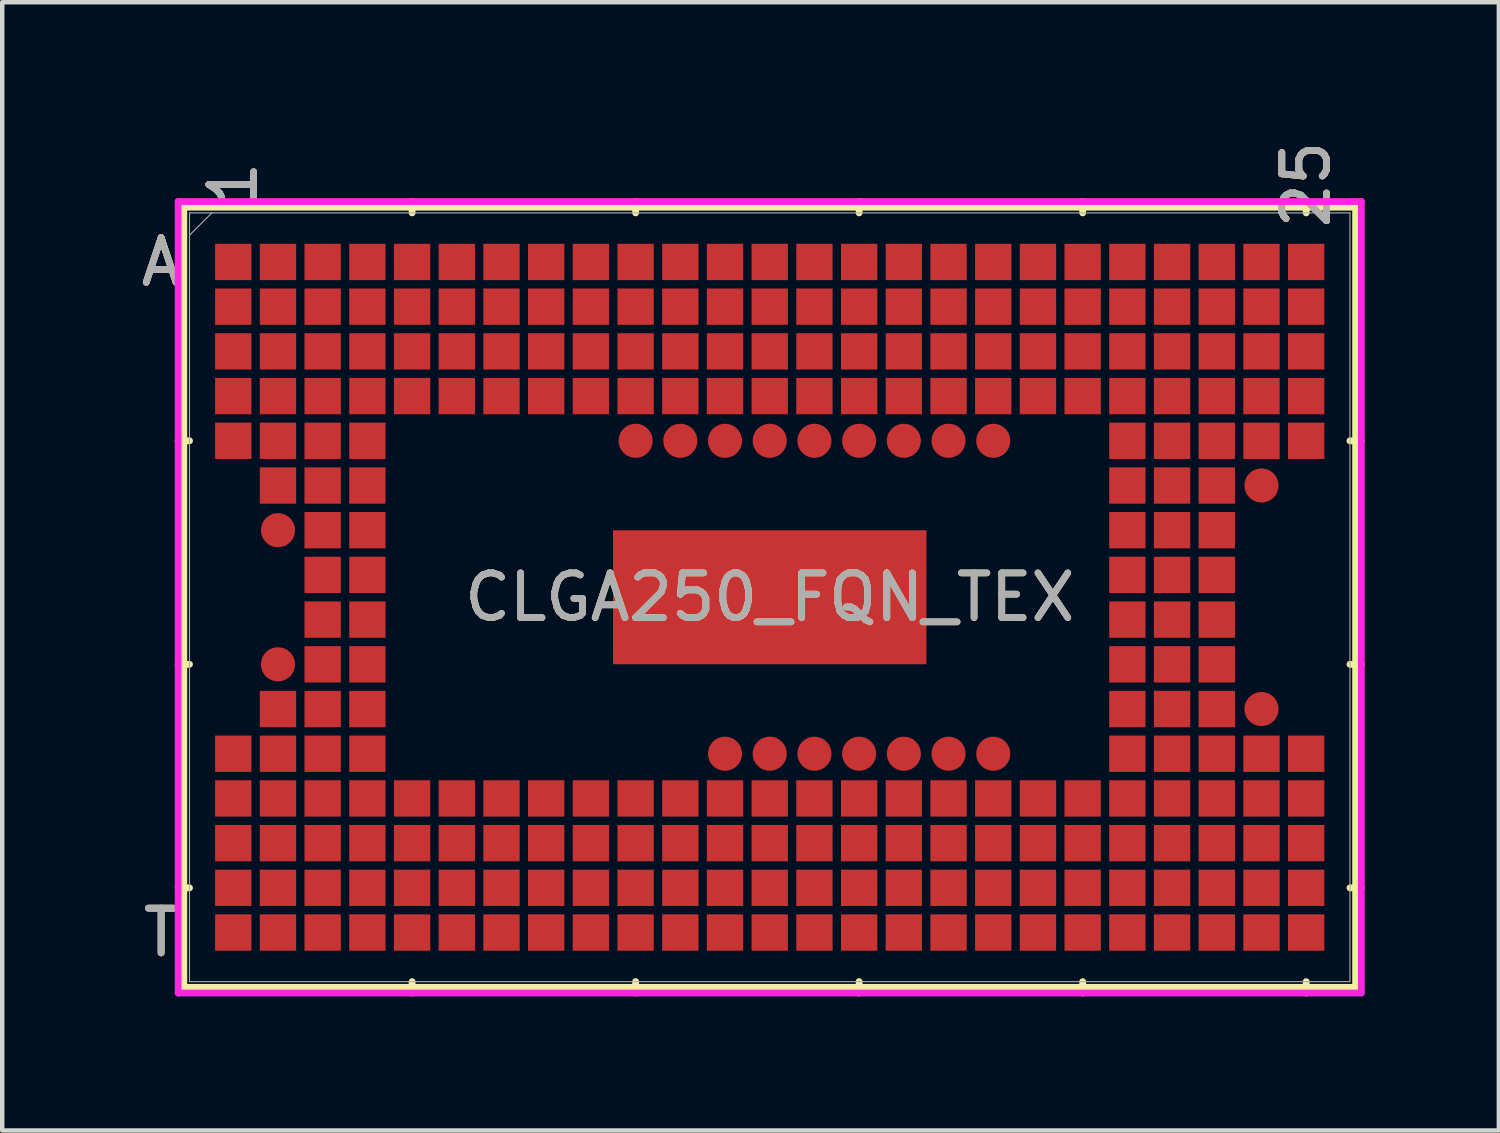
<source format=kicad_pcb>
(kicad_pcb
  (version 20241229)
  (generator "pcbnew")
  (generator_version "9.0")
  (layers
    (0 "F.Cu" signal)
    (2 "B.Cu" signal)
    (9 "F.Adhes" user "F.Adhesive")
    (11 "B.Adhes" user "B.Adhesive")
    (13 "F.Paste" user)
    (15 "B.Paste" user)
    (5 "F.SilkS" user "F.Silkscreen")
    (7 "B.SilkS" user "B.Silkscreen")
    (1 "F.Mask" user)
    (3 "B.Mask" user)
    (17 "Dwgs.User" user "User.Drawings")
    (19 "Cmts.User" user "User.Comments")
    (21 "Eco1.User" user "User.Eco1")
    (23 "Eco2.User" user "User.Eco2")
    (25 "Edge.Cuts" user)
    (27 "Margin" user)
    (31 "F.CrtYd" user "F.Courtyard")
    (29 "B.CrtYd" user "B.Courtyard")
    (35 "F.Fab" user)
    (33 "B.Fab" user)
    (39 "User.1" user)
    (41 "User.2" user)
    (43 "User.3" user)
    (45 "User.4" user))
  (footprint "CLGA250_FQN_TEX"
    (layer "F.Cu")
    (at 14.168 10.31)
    (property "Reference" "CLGA250_FQN_TEX" (at 0 0 0) (unlocked yes) (layer "F.SilkS") (effects (font (size 1 1) (thickness 0.15))))
    (attr smd)
    (fp_line (start -13.106 -8.725) (end -13.106 8.725) (stroke (width 0.152) (type solid)) (layer "F.SilkS"))
    (fp_line (start -13.106 8.725) (end 13.106 8.725) (stroke (width 0.152) (type solid)) (layer "F.SilkS"))
    (fp_line (start -12.979 -3.5) (end -13.233 -3.5) (stroke (width 0.152) (type solid)) (layer "F.SilkS"))
    (fp_line (start -12.979 1.5) (end -13.233 1.5) (stroke (width 0.152) (type solid)) (layer "F.SilkS"))
    (fp_line (start -12.979 6.5) (end -13.233 6.5) (stroke (width 0.152) (type solid)) (layer "F.SilkS"))
    (fp_line (start -8 -8.598) (end -8 -8.852) (stroke (width 0.152) (type solid)) (layer "F.SilkS"))
    (fp_line (start -8 8.598) (end -8 8.852) (stroke (width 0.152) (type solid)) (layer "F.SilkS"))
    (fp_line (start -3 -8.598) (end -3 -8.852) (stroke (width 0.152) (type solid)) (layer "F.SilkS"))
    (fp_line (start -3 8.598) (end -3 8.852) (stroke (width 0.152) (type solid)) (layer "F.SilkS"))
    (fp_line (start 2 -8.598) (end 2 -8.852) (stroke (width 0.152) (type solid)) (layer "F.SilkS"))
    (fp_line (start 2 8.598) (end 2 8.852) (stroke (width 0.152) (type solid)) (layer "F.SilkS"))
    (fp_line (start 7 -8.598) (end 7 -8.852) (stroke (width 0.152) (type solid)) (layer "F.SilkS"))
    (fp_line (start 7 8.598) (end 7 8.852) (stroke (width 0.152) (type solid)) (layer "F.SilkS"))
    (fp_line (start 12 -8.598) (end 12 -8.852) (stroke (width 0.152) (type solid)) (layer "F.SilkS"))
    (fp_line (start 12 8.598) (end 12 8.852) (stroke (width 0.152) (type solid)) (layer "F.SilkS"))
    (fp_line (start 12.979 -3.5) (end 13.233 -3.5) (stroke (width 0.152) (type solid)) (layer "F.SilkS"))
    (fp_line (start 12.979 1.5) (end 13.233 1.5) (stroke (width 0.152) (type solid)) (layer "F.SilkS"))
    (fp_line (start 12.979 6.5) (end 13.233 6.5) (stroke (width 0.152) (type solid)) (layer "F.SilkS"))
    (fp_line (start 13.106 -8.725) (end -13.106 -8.725) (stroke (width 0.152) (type solid)) (layer "F.SilkS"))
    (fp_line (start 13.106 8.725) (end 13.106 -8.725) (stroke (width 0.152) (type solid)) (layer "F.SilkS"))
    (fp_poly (pts (xy -3.405 -1.399) (xy -3.405 -0.1) (xy -2.203 -0.1) (xy -2.203 -1.399)) (stroke (width 0) (type solid)) (fill yes) (layer "F.Paste"))
    (fp_poly (pts (xy -3.405 0.1) (xy -3.405 1.399) (xy -2.203 1.399) (xy -2.203 0.1)) (stroke (width 0) (type solid)) (fill yes) (layer "F.Paste"))
    (fp_poly (pts (xy -2.003 -1.399) (xy -2.003 -0.1) (xy -0.801 -0.1) (xy -0.801 -1.399)) (stroke (width 0) (type solid)) (fill yes) (layer "F.Paste"))
    (fp_poly (pts (xy -2.003 0.1) (xy -2.003 1.399) (xy -0.801 1.399) (xy -0.801 0.1)) (stroke (width 0) (type solid)) (fill yes) (layer "F.Paste"))
    (fp_poly (pts (xy -0.601 -1.399) (xy -0.601 -0.1) (xy 0.601 -0.1) (xy 0.601 -1.399)) (stroke (width 0) (type solid)) (fill yes) (layer "F.Paste"))
    (fp_poly (pts (xy -0.601 0.1) (xy -0.601 1.399) (xy 0.601 1.399) (xy 0.601 0.1)) (stroke (width 0) (type solid)) (fill yes) (layer "F.Paste"))
    (fp_poly (pts (xy 0.801 -1.399) (xy 0.801 -0.1) (xy 2.003 -0.1) (xy 2.003 -1.399)) (stroke (width 0) (type solid)) (fill yes) (layer "F.Paste"))
    (fp_poly (pts (xy 0.801 0.1) (xy 0.801 1.399) (xy 2.003 1.399) (xy 2.003 0.1)) (stroke (width 0) (type solid)) (fill yes) (layer "F.Paste"))
    (fp_poly (pts (xy 2.203 -1.399) (xy 2.203 -0.1) (xy 3.405 -0.1) (xy 3.405 -1.399)) (stroke (width 0) (type solid)) (fill yes) (layer "F.Paste"))
    (fp_poly (pts (xy 2.203 0.1) (xy 2.203 1.399) (xy 3.405 1.399) (xy 3.405 0.1)) (stroke (width 0) (type solid)) (fill yes) (layer "F.Paste"))
    (fp_poly (pts (xy -13.008 -8.508) (xy 13.008 -8.508) (xy 13.008 8.508) (xy -13.008 8.508)) (stroke (width 0.1) (type solid)) (fill no) (layer "Eco2.User"))
    (fp_line (start -13.233 -8.852) (end 13.233 -8.852) (stroke (width 0.152) (type solid)) (layer "F.CrtYd"))
    (fp_line (start -13.233 8.852) (end -13.233 -8.852) (stroke (width 0.152) (type solid)) (layer "F.CrtYd"))
    (fp_line (start 13.233 -8.852) (end 13.233 8.852) (stroke (width 0.152) (type solid)) (layer "F.CrtYd"))
    (fp_line (start 13.233 8.852) (end -13.233 8.852) (stroke (width 0.152) (type solid)) (layer "F.CrtYd"))
    (fp_line (start -12.979 -8.598) (end -12.979 8.598) (stroke (width 0.025) (type solid)) (layer "F.Fab"))
    (fp_line (start -12.979 8.598) (end 12.979 8.598) (stroke (width 0.025) (type solid)) (layer "F.Fab"))
    (fp_line (start -12.479 -8.598) (end -12.979 -8.098) (stroke (width 0.025) (type solid)) (layer "F.Fab"))
    (fp_line (start 12.979 -8.598) (end -12.979 -8.598) (stroke (width 0.025) (type solid)) (layer "F.Fab"))
    (fp_line (start 12.979 8.598) (end 12.979 -8.598) (stroke (width 0.025) (type solid)) (layer "F.Fab"))
    (fp_text user "1" (at -12 -9.233 90) (unlocked yes) (layer "F.SilkS") (effects (font (size 1 1) (thickness 0.15))))
    (fp_text user "A" (at -13.614 -7.5 0) (unlocked yes) (layer "F.SilkS") (effects (font (size 1 1) (thickness 0.15))))
    (fp_text user "T" (at -13.614 7.5 0) (unlocked yes) (layer "F.SilkS") (effects (font (size 1 1) (thickness 0.15))))
    (fp_text user "25" (at 12 -9.233 90) (unlocked yes) (layer "F.SilkS") (effects (font (size 1 1) (thickness 0.15))))
    (fp_text user "25" (at 12 -9.233 90) (unlocked yes) (layer "B.SilkS") (effects (font (size 1 1) (thickness 0.15))))
    (fp_text user "1" (at -12 -9.233 90) (unlocked yes) (layer "B.SilkS") (effects (font (size 1 1) (thickness 0.15))))
    (fp_text user "A" (at -13.614 -7.5 0) (unlocked yes) (layer "B.SilkS") (effects (font (size 1 1) (thickness 0.15))))
    (fp_text user "T" (at -13.614 7.5 0) (unlocked yes) (layer "B.SilkS") (effects (font (size 1 1) (thickness 0.15))))
    (fp_text user "A" (at -13.614 -7.5 0) (unlocked yes) (layer "F.Fab") (effects (font (size 1 1) (thickness 0.15))))
    (fp_text user "${REFERENCE}" (at 0 0 0) (unlocked yes) (layer "F.Fab") (effects (font (size 1 1) (thickness 0.15))))
    (fp_text user "25" (at 12 -9.233 90) (unlocked yes) (layer "F.Fab") (effects (font (size 1 1) (thickness 0.15))))
    (fp_text user "1" (at -12 -9.233 90) (unlocked yes) (layer "F.Fab") (effects (font (size 1 1) (thickness 0.15))))
    (fp_text user "T" (at -13.614 7.5 0) (unlocked yes) (layer "F.Fab") (effects (font (size 1 1) (thickness 0.15))))
    (pad "271" smd rect (at 0 0) (size 7.01 2.997) (layers "F.Cu" "F.Mask"))
    (pad "A1" smd rect (at -12 -7.5) (size 0.813 0.813) (layers "F.Cu" "F.Mask" "F.Paste"))
    (pad "A2" smd rect (at -11 -7.5) (size 0.813 0.813) (layers "F.Cu" "F.Mask" "F.Paste"))
    (pad "A3" smd rect (at -10 -7.5) (size 0.813 0.813) (layers "F.Cu" "F.Mask" "F.Paste"))
    (pad "A4" smd rect (at -9 -7.5) (size 0.813 0.813) (layers "F.Cu" "F.Mask" "F.Paste"))
    (pad "A5" smd rect (at -8 -7.5) (size 0.813 0.813) (layers "F.Cu" "F.Mask" "F.Paste"))
    (pad "A6" smd rect (at -7 -7.5) (size 0.813 0.813) (layers "F.Cu" "F.Mask" "F.Paste"))
    (pad "A7" smd rect (at -6 -7.5) (size 0.813 0.813) (layers "F.Cu" "F.Mask" "F.Paste"))
    (pad "A8" smd rect (at -5 -7.5) (size 0.813 0.813) (layers "F.Cu" "F.Mask" "F.Paste"))
    (pad "A9" smd rect (at -4 -7.5) (size 0.813 0.813) (layers "F.Cu" "F.Mask" "F.Paste"))
    (pad "A10" smd rect (at -3 -7.5) (size 0.813 0.813) (layers "F.Cu" "F.Mask" "F.Paste"))
    (pad "A11" smd rect (at -2 -7.5) (size 0.813 0.813) (layers "F.Cu" "F.Mask" "F.Paste"))
    (pad "A12" smd rect (at -1 -7.5) (size 0.813 0.813) (layers "F.Cu" "F.Mask" "F.Paste"))
    (pad "A13" smd rect (at 0 -7.5) (size 0.813 0.813) (layers "F.Cu" "F.Mask" "F.Paste"))
    (pad "A14" smd rect (at 1 -7.5) (size 0.813 0.813) (layers "F.Cu" "F.Mask" "F.Paste"))
    (pad "A15" smd rect (at 2 -7.5) (size 0.813 0.813) (layers "F.Cu" "F.Mask" "F.Paste"))
    (pad "A16" smd rect (at 3 -7.5) (size 0.813 0.813) (layers "F.Cu" "F.Mask" "F.Paste"))
    (pad "A17" smd rect (at 4 -7.5) (size 0.813 0.813) (layers "F.Cu" "F.Mask" "F.Paste"))
    (pad "A18" smd rect (at 5 -7.5) (size 0.813 0.813) (layers "F.Cu" "F.Mask" "F.Paste"))
    (pad "A19" smd rect (at 6 -7.5) (size 0.813 0.813) (layers "F.Cu" "F.Mask" "F.Paste"))
    (pad "A20" smd rect (at 7 -7.5) (size 0.813 0.813) (layers "F.Cu" "F.Mask" "F.Paste"))
    (pad "A21" smd rect (at 8 -7.5) (size 0.813 0.813) (layers "F.Cu" "F.Mask" "F.Paste"))
    (pad "A22" smd rect (at 9 -7.5) (size 0.813 0.813) (layers "F.Cu" "F.Mask" "F.Paste"))
    (pad "A23" smd rect (at 10 -7.5) (size 0.813 0.813) (layers "F.Cu" "F.Mask" "F.Paste"))
    (pad "A24" smd rect (at 11 -7.5) (size 0.813 0.813) (layers "F.Cu" "F.Mask" "F.Paste"))
    (pad "A25" smd rect (at 12 -7.5) (size 0.813 0.813) (layers "F.Cu" "F.Mask" "F.Paste"))
    (pad "B1" smd rect (at -12 -6.5) (size 0.813 0.813) (layers "F.Cu" "F.Mask" "F.Paste"))
    (pad "B2" smd rect (at -11 -6.5) (size 0.813 0.813) (layers "F.Cu" "F.Mask" "F.Paste"))
    (pad "B3" smd rect (at -10 -6.5) (size 0.813 0.813) (layers "F.Cu" "F.Mask" "F.Paste"))
    (pad "B4" smd rect (at -9 -6.5) (size 0.813 0.813) (layers "F.Cu" "F.Mask" "F.Paste"))
    (pad "B5" smd rect (at -8 -6.5) (size 0.813 0.813) (layers "F.Cu" "F.Mask" "F.Paste"))
    (pad "B6" smd rect (at -7 -6.5) (size 0.813 0.813) (layers "F.Cu" "F.Mask" "F.Paste"))
    (pad "B7" smd rect (at -6 -6.5) (size 0.813 0.813) (layers "F.Cu" "F.Mask" "F.Paste"))
    (pad "B8" smd rect (at -5 -6.5) (size 0.813 0.813) (layers "F.Cu" "F.Mask" "F.Paste"))
    (pad "B9" smd rect (at -4 -6.5) (size 0.813 0.813) (layers "F.Cu" "F.Mask" "F.Paste"))
    (pad "B10" smd rect (at -3 -6.5) (size 0.813 0.813) (layers "F.Cu" "F.Mask" "F.Paste"))
    (pad "B11" smd rect (at -2 -6.5) (size 0.813 0.813) (layers "F.Cu" "F.Mask" "F.Paste"))
    (pad "B12" smd rect (at -1 -6.5) (size 0.813 0.813) (layers "F.Cu" "F.Mask" "F.Paste"))
    (pad "B13" smd rect (at 0 -6.5) (size 0.813 0.813) (layers "F.Cu" "F.Mask" "F.Paste"))
    (pad "B14" smd rect (at 1 -6.5) (size 0.813 0.813) (layers "F.Cu" "F.Mask" "F.Paste"))
    (pad "B15" smd rect (at 2 -6.5) (size 0.813 0.813) (layers "F.Cu" "F.Mask" "F.Paste"))
    (pad "B16" smd rect (at 3 -6.5) (size 0.813 0.813) (layers "F.Cu" "F.Mask" "F.Paste"))
    (pad "B17" smd rect (at 4 -6.5) (size 0.813 0.813) (layers "F.Cu" "F.Mask" "F.Paste"))
    (pad "B18" smd rect (at 5 -6.5) (size 0.813 0.813) (layers "F.Cu" "F.Mask" "F.Paste"))
    (pad "B19" smd rect (at 6 -6.5) (size 0.813 0.813) (layers "F.Cu" "F.Mask" "F.Paste"))
    (pad "B20" smd rect (at 7 -6.5) (size 0.813 0.813) (layers "F.Cu" "F.Mask" "F.Paste"))
    (pad "B21" smd rect (at 8 -6.5) (size 0.813 0.813) (layers "F.Cu" "F.Mask" "F.Paste"))
    (pad "B22" smd rect (at 9 -6.5) (size 0.813 0.813) (layers "F.Cu" "F.Mask" "F.Paste"))
    (pad "B23" smd rect (at 10 -6.5) (size 0.813 0.813) (layers "F.Cu" "F.Mask" "F.Paste"))
    (pad "B24" smd rect (at 11 -6.5) (size 0.813 0.813) (layers "F.Cu" "F.Mask" "F.Paste"))
    (pad "B25" smd rect (at 12 -6.5) (size 0.813 0.813) (layers "F.Cu" "F.Mask" "F.Paste"))
    (pad "C1" smd rect (at -12 -5.5) (size 0.813 0.813) (layers "F.Cu" "F.Mask" "F.Paste"))
    (pad "C2" smd rect (at -11 -5.5) (size 0.813 0.813) (layers "F.Cu" "F.Mask" "F.Paste"))
    (pad "C3" smd rect (at -10 -5.5) (size 0.813 0.813) (layers "F.Cu" "F.Mask" "F.Paste"))
    (pad "C4" smd rect (at -9 -5.5) (size 0.813 0.813) (layers "F.Cu" "F.Mask" "F.Paste"))
    (pad "C5" smd rect (at -8 -5.5) (size 0.813 0.813) (layers "F.Cu" "F.Mask" "F.Paste"))
    (pad "C6" smd rect (at -7 -5.5) (size 0.813 0.813) (layers "F.Cu" "F.Mask" "F.Paste"))
    (pad "C7" smd rect (at -6 -5.5) (size 0.813 0.813) (layers "F.Cu" "F.Mask" "F.Paste"))
    (pad "C8" smd rect (at -5 -5.5) (size 0.813 0.813) (layers "F.Cu" "F.Mask" "F.Paste"))
    (pad "C9" smd rect (at -4 -5.5) (size 0.813 0.813) (layers "F.Cu" "F.Mask" "F.Paste"))
    (pad "C10" smd rect (at -3 -5.5) (size 0.813 0.813) (layers "F.Cu" "F.Mask" "F.Paste"))
    (pad "C11" smd rect (at -2 -5.5) (size 0.813 0.813) (layers "F.Cu" "F.Mask" "F.Paste"))
    (pad "C12" smd rect (at -1 -5.5) (size 0.813 0.813) (layers "F.Cu" "F.Mask" "F.Paste"))
    (pad "C13" smd rect (at 0 -5.5) (size 0.813 0.813) (layers "F.Cu" "F.Mask" "F.Paste"))
    (pad "C14" smd rect (at 1 -5.5) (size 0.813 0.813) (layers "F.Cu" "F.Mask" "F.Paste"))
    (pad "C15" smd rect (at 2 -5.5) (size 0.813 0.813) (layers "F.Cu" "F.Mask" "F.Paste"))
    (pad "C16" smd rect (at 3 -5.5) (size 0.813 0.813) (layers "F.Cu" "F.Mask" "F.Paste"))
    (pad "C17" smd rect (at 4 -5.5) (size 0.813 0.813) (layers "F.Cu" "F.Mask" "F.Paste"))
    (pad "C18" smd rect (at 5 -5.5) (size 0.813 0.813) (layers "F.Cu" "F.Mask" "F.Paste"))
    (pad "C19" smd rect (at 6 -5.5) (size 0.813 0.813) (layers "F.Cu" "F.Mask" "F.Paste"))
    (pad "C20" smd rect (at 7 -5.5) (size 0.813 0.813) (layers "F.Cu" "F.Mask" "F.Paste"))
    (pad "C21" smd rect (at 8 -5.5) (size 0.813 0.813) (layers "F.Cu" "F.Mask" "F.Paste"))
    (pad "C22" smd rect (at 9 -5.5) (size 0.813 0.813) (layers "F.Cu" "F.Mask" "F.Paste"))
    (pad "C23" smd rect (at 10 -5.5) (size 0.813 0.813) (layers "F.Cu" "F.Mask" "F.Paste"))
    (pad "C24" smd rect (at 11 -5.5) (size 0.813 0.813) (layers "F.Cu" "F.Mask" "F.Paste"))
    (pad "C25" smd rect (at 12 -5.5) (size 0.813 0.813) (layers "F.Cu" "F.Mask" "F.Paste"))
    (pad "D1" smd rect (at -12 -4.5) (size 0.813 0.813) (layers "F.Cu" "F.Mask" "F.Paste"))
    (pad "D2" smd rect (at -11 -4.5) (size 0.813 0.813) (layers "F.Cu" "F.Mask" "F.Paste"))
    (pad "D3" smd rect (at -10 -4.5) (size 0.813 0.813) (layers "F.Cu" "F.Mask" "F.Paste"))
    (pad "D4" smd rect (at -9 -4.5) (size 0.813 0.813) (layers "F.Cu" "F.Mask" "F.Paste"))
    (pad "D5" smd rect (at -8 -4.5) (size 0.813 0.813) (layers "F.Cu" "F.Mask" "F.Paste"))
    (pad "D6" smd rect (at -7 -4.5) (size 0.813 0.813) (layers "F.Cu" "F.Mask" "F.Paste"))
    (pad "D7" smd rect (at -6 -4.5) (size 0.813 0.813) (layers "F.Cu" "F.Mask" "F.Paste"))
    (pad "D8" smd rect (at -5 -4.5) (size 0.813 0.813) (layers "F.Cu" "F.Mask" "F.Paste"))
    (pad "D9" smd rect (at -4 -4.5) (size 0.813 0.813) (layers "F.Cu" "F.Mask" "F.Paste"))
    (pad "D10" smd rect (at -3 -4.5) (size 0.813 0.813) (layers "F.Cu" "F.Mask" "F.Paste"))
    (pad "D11" smd rect (at -2 -4.5) (size 0.813 0.813) (layers "F.Cu" "F.Mask" "F.Paste"))
    (pad "D12" smd rect (at -1 -4.5) (size 0.813 0.813) (layers "F.Cu" "F.Mask" "F.Paste"))
    (pad "D13" smd rect (at 0 -4.5) (size 0.813 0.813) (layers "F.Cu" "F.Mask" "F.Paste"))
    (pad "D14" smd rect (at 1 -4.5) (size 0.813 0.813) (layers "F.Cu" "F.Mask" "F.Paste"))
    (pad "D15" smd rect (at 2 -4.5) (size 0.813 0.813) (layers "F.Cu" "F.Mask" "F.Paste"))
    (pad "D16" smd rect (at 3 -4.5) (size 0.813 0.813) (layers "F.Cu" "F.Mask" "F.Paste"))
    (pad "D17" smd rect (at 4 -4.5) (size 0.813 0.813) (layers "F.Cu" "F.Mask" "F.Paste"))
    (pad "D18" smd rect (at 5 -4.5) (size 0.813 0.813) (layers "F.Cu" "F.Mask" "F.Paste"))
    (pad "D19" smd rect (at 6 -4.5) (size 0.813 0.813) (layers "F.Cu" "F.Mask" "F.Paste"))
    (pad "D20" smd rect (at 7 -4.5) (size 0.813 0.813) (layers "F.Cu" "F.Mask" "F.Paste"))
    (pad "D21" smd rect (at 8 -4.5) (size 0.813 0.813) (layers "F.Cu" "F.Mask" "F.Paste"))
    (pad "D22" smd rect (at 9 -4.5) (size 0.813 0.813) (layers "F.Cu" "F.Mask" "F.Paste"))
    (pad "D23" smd rect (at 10 -4.5) (size 0.813 0.813) (layers "F.Cu" "F.Mask" "F.Paste"))
    (pad "D24" smd rect (at 11 -4.5) (size 0.813 0.813) (layers "F.Cu" "F.Mask" "F.Paste"))
    (pad "D25" smd rect (at 12 -4.5) (size 0.813 0.813) (layers "F.Cu" "F.Mask" "F.Paste"))
    (pad "E1" smd rect (at -12 -3.5) (size 0.813 0.813) (layers "F.Cu" "F.Mask" "F.Paste"))
    (pad "E2" smd rect (at -11 -3.5) (size 0.813 0.813) (layers "F.Cu" "F.Mask" "F.Paste"))
    (pad "E3" smd rect (at -10 -3.5) (size 0.813 0.813) (layers "F.Cu" "F.Mask" "F.Paste"))
    (pad "E4" smd rect (at -9 -3.5) (size 0.813 0.813) (layers "F.Cu" "F.Mask" "F.Paste"))
    (pad "E10" smd circle (at -3 -3.5) (size 0.762 0.762) (layers "F.Cu" "F.Mask" "F.Paste"))
    (pad "E11" smd circle (at -2 -3.5) (size 0.762 0.762) (layers "F.Cu" "F.Mask" "F.Paste"))
    (pad "E12" smd circle (at -1 -3.5) (size 0.762 0.762) (layers "F.Cu" "F.Mask" "F.Paste"))
    (pad "E13" smd circle (at 0 -3.5) (size 0.762 0.762) (layers "F.Cu" "F.Mask" "F.Paste"))
    (pad "E14" smd circle (at 1 -3.5) (size 0.762 0.762) (layers "F.Cu" "F.Mask" "F.Paste"))
    (pad "E15" smd circle (at 2 -3.5) (size 0.762 0.762) (layers "F.Cu" "F.Mask" "F.Paste"))
    (pad "E16" smd circle (at 3 -3.5) (size 0.762 0.762) (layers "F.Cu" "F.Mask" "F.Paste"))
    (pad "E17" smd circle (at 4 -3.5) (size 0.762 0.762) (layers "F.Cu" "F.Mask" "F.Paste"))
    (pad "E18" smd circle (at 5 -3.5) (size 0.762 0.762) (layers "F.Cu" "F.Mask" "F.Paste"))
    (pad "E21" smd rect (at 8 -3.5) (size 0.813 0.813) (layers "F.Cu" "F.Mask" "F.Paste"))
    (pad "E22" smd rect (at 9 -3.5) (size 0.813 0.813) (layers "F.Cu" "F.Mask" "F.Paste"))
    (pad "E23" smd rect (at 10 -3.5) (size 0.813 0.813) (layers "F.Cu" "F.Mask" "F.Paste"))
    (pad "E24" smd rect (at 11 -3.5) (size 0.813 0.813) (layers "F.Cu" "F.Mask" "F.Paste"))
    (pad "E25" smd rect (at 12 -3.5) (size 0.813 0.813) (layers "F.Cu" "F.Mask" "F.Paste"))
    (pad "F2" smd rect (at -11 -2.5) (size 0.813 0.813) (layers "F.Cu" "F.Mask" "F.Paste"))
    (pad "F3" smd rect (at -10 -2.5) (size 0.813 0.813) (layers "F.Cu" "F.Mask" "F.Paste"))
    (pad "F4" smd rect (at -9 -2.5) (size 0.813 0.813) (layers "F.Cu" "F.Mask" "F.Paste"))
    (pad "F21" smd rect (at 8 -2.5) (size 0.813 0.813) (layers "F.Cu" "F.Mask" "F.Paste"))
    (pad "F22" smd rect (at 9 -2.5) (size 0.813 0.813) (layers "F.Cu" "F.Mask" "F.Paste"))
    (pad "F23" smd rect (at 10 -2.5) (size 0.813 0.813) (layers "F.Cu" "F.Mask" "F.Paste"))
    (pad "F24" smd circle (at 11 -2.5) (size 0.762 0.762) (layers "F.Cu" "F.Mask" "F.Paste"))
    (pad "G2" smd circle (at -11 -1.5) (size 0.762 0.762) (layers "F.Cu" "F.Mask" "F.Paste"))
    (pad "G3" smd rect (at -10 -1.5) (size 0.813 0.813) (layers "F.Cu" "F.Mask" "F.Paste"))
    (pad "G4" smd rect (at -9 -1.5) (size 0.813 0.813) (layers "F.Cu" "F.Mask" "F.Paste"))
    (pad "G21" smd rect (at 8 -1.5) (size 0.813 0.813) (layers "F.Cu" "F.Mask" "F.Paste"))
    (pad "G22" smd rect (at 9 -1.5) (size 0.813 0.813) (layers "F.Cu" "F.Mask" "F.Paste"))
    (pad "G23" smd rect (at 10 -1.5) (size 0.813 0.813) (layers "F.Cu" "F.Mask" "F.Paste"))
    (pad "H3" smd rect (at -10 -0.5) (size 0.813 0.813) (layers "F.Cu" "F.Mask" "F.Paste"))
    (pad "H4" smd rect (at -9 -0.5) (size 0.813 0.813) (layers "F.Cu" "F.Mask" "F.Paste"))
    (pad "H21" smd rect (at 8 -0.5) (size 0.813 0.813) (layers "F.Cu" "F.Mask" "F.Paste"))
    (pad "H22" smd rect (at 9 -0.5) (size 0.813 0.813) (layers "F.Cu" "F.Mask" "F.Paste"))
    (pad "H23" smd rect (at 10 -0.5) (size 0.813 0.813) (layers "F.Cu" "F.Mask" "F.Paste"))
    (pad "J3" smd rect (at -10 0.5) (size 0.813 0.813) (layers "F.Cu" "F.Mask" "F.Paste"))
    (pad "J4" smd rect (at -9 0.5) (size 0.813 0.813) (layers "F.Cu" "F.Mask" "F.Paste"))
    (pad "J21" smd rect (at 8 0.5) (size 0.813 0.813) (layers "F.Cu" "F.Mask" "F.Paste"))
    (pad "J22" smd rect (at 9 0.5) (size 0.813 0.813) (layers "F.Cu" "F.Mask" "F.Paste"))
    (pad "J23" smd rect (at 10 0.5) (size 0.813 0.813) (layers "F.Cu" "F.Mask" "F.Paste"))
    (pad "K2" smd circle (at -11 1.5) (size 0.762 0.762) (layers "F.Cu" "F.Mask" "F.Paste"))
    (pad "K3" smd rect (at -10 1.5) (size 0.813 0.813) (layers "F.Cu" "F.Mask" "F.Paste"))
    (pad "K4" smd rect (at -9 1.5) (size 0.813 0.813) (layers "F.Cu" "F.Mask" "F.Paste"))
    (pad "K21" smd rect (at 8 1.5) (size 0.813 0.813) (layers "F.Cu" "F.Mask" "F.Paste"))
    (pad "K22" smd rect (at 9 1.5) (size 0.813 0.813) (layers "F.Cu" "F.Mask" "F.Paste"))
    (pad "K23" smd rect (at 10 1.5) (size 0.813 0.813) (layers "F.Cu" "F.Mask" "F.Paste"))
    (pad "L2" smd rect (at -11 2.5) (size 0.813 0.813) (layers "F.Cu" "F.Mask" "F.Paste"))
    (pad "L3" smd rect (at -10 2.5) (size 0.813 0.813) (layers "F.Cu" "F.Mask" "F.Paste"))
    (pad "L4" smd rect (at -9 2.5) (size 0.813 0.813) (layers "F.Cu" "F.Mask" "F.Paste"))
    (pad "L21" smd rect (at 8 2.5) (size 0.813 0.813) (layers "F.Cu" "F.Mask" "F.Paste"))
    (pad "L22" smd rect (at 9 2.5) (size 0.813 0.813) (layers "F.Cu" "F.Mask" "F.Paste"))
    (pad "L23" smd rect (at 10 2.5) (size 0.813 0.813) (layers "F.Cu" "F.Mask" "F.Paste"))
    (pad "L24" smd circle (at 11 2.5) (size 0.762 0.762) (layers "F.Cu" "F.Mask" "F.Paste"))
    (pad "M1" smd rect (at -12 3.5) (size 0.813 0.813) (layers "F.Cu" "F.Mask" "F.Paste"))
    (pad "M2" smd rect (at -11 3.5) (size 0.813 0.813) (layers "F.Cu" "F.Mask" "F.Paste"))
    (pad "M3" smd rect (at -10 3.5) (size 0.813 0.813) (layers "F.Cu" "F.Mask" "F.Paste"))
    (pad "M4" smd rect (at -9 3.5) (size 0.813 0.813) (layers "F.Cu" "F.Mask" "F.Paste"))
    (pad "M12" smd circle (at -1 3.5) (size 0.762 0.762) (layers "F.Cu" "F.Mask" "F.Paste"))
    (pad "M13" smd circle (at 0 3.5) (size 0.762 0.762) (layers "F.Cu" "F.Mask" "F.Paste"))
    (pad "M14" smd circle (at 1 3.5) (size 0.762 0.762) (layers "F.Cu" "F.Mask" "F.Paste"))
    (pad "M15" smd circle (at 2 3.5) (size 0.762 0.762) (layers "F.Cu" "F.Mask" "F.Paste"))
    (pad "M16" smd circle (at 3 3.5) (size 0.762 0.762) (layers "F.Cu" "F.Mask" "F.Paste"))
    (pad "M17" smd circle (at 4 3.5) (size 0.762 0.762) (layers "F.Cu" "F.Mask" "F.Paste"))
    (pad "M18" smd circle (at 5 3.5) (size 0.762 0.762) (layers "F.Cu" "F.Mask" "F.Paste"))
    (pad "M21" smd rect (at 8 3.5) (size 0.813 0.813) (layers "F.Cu" "F.Mask" "F.Paste"))
    (pad "M22" smd rect (at 9 3.5) (size 0.813 0.813) (layers "F.Cu" "F.Mask" "F.Paste"))
    (pad "M23" smd rect (at 10 3.5) (size 0.813 0.813) (layers "F.Cu" "F.Mask" "F.Paste"))
    (pad "M24" smd rect (at 11 3.5) (size 0.813 0.813) (layers "F.Cu" "F.Mask" "F.Paste"))
    (pad "M25" smd rect (at 12 3.5) (size 0.813 0.813) (layers "F.Cu" "F.Mask" "F.Paste"))
    (pad "N1" smd rect (at -12 4.5) (size 0.813 0.813) (layers "F.Cu" "F.Mask" "F.Paste"))
    (pad "N2" smd rect (at -11 4.5) (size 0.813 0.813) (layers "F.Cu" "F.Mask" "F.Paste"))
    (pad "N3" smd rect (at -10 4.5) (size 0.813 0.813) (layers "F.Cu" "F.Mask" "F.Paste"))
    (pad "N4" smd rect (at -9 4.5) (size 0.813 0.813) (layers "F.Cu" "F.Mask" "F.Paste"))
    (pad "N5" smd rect (at -8 4.5) (size 0.813 0.813) (layers "F.Cu" "F.Mask" "F.Paste"))
    (pad "N6" smd rect (at -7 4.5) (size 0.813 0.813) (layers "F.Cu" "F.Mask" "F.Paste"))
    (pad "N7" smd rect (at -6 4.5) (size 0.813 0.813) (layers "F.Cu" "F.Mask" "F.Paste"))
    (pad "N8" smd rect (at -5 4.5) (size 0.813 0.813) (layers "F.Cu" "F.Mask" "F.Paste"))
    (pad "N9" smd rect (at -4 4.5) (size 0.813 0.813) (layers "F.Cu" "F.Mask" "F.Paste"))
    (pad "N10" smd rect (at -3 4.5) (size 0.813 0.813) (layers "F.Cu" "F.Mask" "F.Paste"))
    (pad "N11" smd rect (at -2 4.5) (size 0.813 0.813) (layers "F.Cu" "F.Mask" "F.Paste"))
    (pad "N12" smd rect (at -1 4.5) (size 0.813 0.813) (layers "F.Cu" "F.Mask" "F.Paste"))
    (pad "N13" smd rect (at 0 4.5) (size 0.813 0.813) (layers "F.Cu" "F.Mask" "F.Paste"))
    (pad "N14" smd rect (at 1 4.5) (size 0.813 0.813) (layers "F.Cu" "F.Mask" "F.Paste"))
    (pad "N15" smd rect (at 2 4.5) (size 0.813 0.813) (layers "F.Cu" "F.Mask" "F.Paste"))
    (pad "N16" smd rect (at 3 4.5) (size 0.813 0.813) (layers "F.Cu" "F.Mask" "F.Paste"))
    (pad "N17" smd rect (at 4 4.5) (size 0.813 0.813) (layers "F.Cu" "F.Mask" "F.Paste"))
    (pad "N18" smd rect (at 5 4.5) (size 0.813 0.813) (layers "F.Cu" "F.Mask" "F.Paste"))
    (pad "N19" smd rect (at 6 4.5) (size 0.813 0.813) (layers "F.Cu" "F.Mask" "F.Paste"))
    (pad "N20" smd rect (at 7 4.5) (size 0.813 0.813) (layers "F.Cu" "F.Mask" "F.Paste"))
    (pad "N21" smd rect (at 8 4.5) (size 0.813 0.813) (layers "F.Cu" "F.Mask" "F.Paste"))
    (pad "N22" smd rect (at 9 4.5) (size 0.813 0.813) (layers "F.Cu" "F.Mask" "F.Paste"))
    (pad "N23" smd rect (at 10 4.5) (size 0.813 0.813) (layers "F.Cu" "F.Mask" "F.Paste"))
    (pad "N24" smd rect (at 11 4.5) (size 0.813 0.813) (layers "F.Cu" "F.Mask" "F.Paste"))
    (pad "N25" smd rect (at 12 4.5) (size 0.813 0.813) (layers "F.Cu" "F.Mask" "F.Paste"))
    (pad "P1" smd rect (at -12 5.5) (size 0.813 0.813) (layers "F.Cu" "F.Mask" "F.Paste"))
    (pad "P2" smd rect (at -11 5.5) (size 0.813 0.813) (layers "F.Cu" "F.Mask" "F.Paste"))
    (pad "P3" smd rect (at -10 5.5) (size 0.813 0.813) (layers "F.Cu" "F.Mask" "F.Paste"))
    (pad "P4" smd rect (at -9 5.5) (size 0.813 0.813) (layers "F.Cu" "F.Mask" "F.Paste"))
    (pad "P5" smd rect (at -8 5.5) (size 0.813 0.813) (layers "F.Cu" "F.Mask" "F.Paste"))
    (pad "P6" smd rect (at -7 5.5) (size 0.813 0.813) (layers "F.Cu" "F.Mask" "F.Paste"))
    (pad "P7" smd rect (at -6 5.5) (size 0.813 0.813) (layers "F.Cu" "F.Mask" "F.Paste"))
    (pad "P8" smd rect (at -5 5.5) (size 0.813 0.813) (layers "F.Cu" "F.Mask" "F.Paste"))
    (pad "P9" smd rect (at -4 5.5) (size 0.813 0.813) (layers "F.Cu" "F.Mask" "F.Paste"))
    (pad "P10" smd rect (at -3 5.5) (size 0.813 0.813) (layers "F.Cu" "F.Mask" "F.Paste"))
    (pad "P11" smd rect (at -2 5.5) (size 0.813 0.813) (layers "F.Cu" "F.Mask" "F.Paste"))
    (pad "P12" smd rect (at -1 5.5) (size 0.813 0.813) (layers "F.Cu" "F.Mask" "F.Paste"))
    (pad "P13" smd rect (at 0 5.5) (size 0.813 0.813) (layers "F.Cu" "F.Mask" "F.Paste"))
    (pad "P14" smd rect (at 1 5.5) (size 0.813 0.813) (layers "F.Cu" "F.Mask" "F.Paste"))
    (pad "P15" smd rect (at 2 5.5) (size 0.813 0.813) (layers "F.Cu" "F.Mask" "F.Paste"))
    (pad "P16" smd rect (at 3 5.5) (size 0.813 0.813) (layers "F.Cu" "F.Mask" "F.Paste"))
    (pad "P17" smd rect (at 4 5.5) (size 0.813 0.813) (layers "F.Cu" "F.Mask" "F.Paste"))
    (pad "P18" smd rect (at 5 5.5) (size 0.813 0.813) (layers "F.Cu" "F.Mask" "F.Paste"))
    (pad "P19" smd rect (at 6 5.5) (size 0.813 0.813) (layers "F.Cu" "F.Mask" "F.Paste"))
    (pad "P20" smd rect (at 7 5.5) (size 0.813 0.813) (layers "F.Cu" "F.Mask" "F.Paste"))
    (pad "P21" smd rect (at 8 5.5) (size 0.813 0.813) (layers "F.Cu" "F.Mask" "F.Paste"))
    (pad "P22" smd rect (at 9 5.5) (size 0.813 0.813) (layers "F.Cu" "F.Mask" "F.Paste"))
    (pad "P23" smd rect (at 10 5.5) (size 0.813 0.813) (layers "F.Cu" "F.Mask" "F.Paste"))
    (pad "P24" smd rect (at 11 5.5) (size 0.813 0.813) (layers "F.Cu" "F.Mask" "F.Paste"))
    (pad "P25" smd rect (at 12 5.5) (size 0.813 0.813) (layers "F.Cu" "F.Mask" "F.Paste"))
    (pad "R1" smd rect (at -12 6.5) (size 0.813 0.813) (layers "F.Cu" "F.Mask" "F.Paste"))
    (pad "R2" smd rect (at -11 6.5) (size 0.813 0.813) (layers "F.Cu" "F.Mask" "F.Paste"))
    (pad "R3" smd rect (at -10 6.5) (size 0.813 0.813) (layers "F.Cu" "F.Mask" "F.Paste"))
    (pad "R4" smd rect (at -9 6.5) (size 0.813 0.813) (layers "F.Cu" "F.Mask" "F.Paste"))
    (pad "R5" smd rect (at -8 6.5) (size 0.813 0.813) (layers "F.Cu" "F.Mask" "F.Paste"))
    (pad "R6" smd rect (at -7 6.5) (size 0.813 0.813) (layers "F.Cu" "F.Mask" "F.Paste"))
    (pad "R7" smd rect (at -6 6.5) (size 0.813 0.813) (layers "F.Cu" "F.Mask" "F.Paste"))
    (pad "R8" smd rect (at -5 6.5) (size 0.813 0.813) (layers "F.Cu" "F.Mask" "F.Paste"))
    (pad "R9" smd rect (at -4 6.5) (size 0.813 0.813) (layers "F.Cu" "F.Mask" "F.Paste"))
    (pad "R10" smd rect (at -3 6.5) (size 0.813 0.813) (layers "F.Cu" "F.Mask" "F.Paste"))
    (pad "R11" smd rect (at -2 6.5) (size 0.813 0.813) (layers "F.Cu" "F.Mask" "F.Paste"))
    (pad "R12" smd rect (at -1 6.5) (size 0.813 0.813) (layers "F.Cu" "F.Mask" "F.Paste"))
    (pad "R13" smd rect (at 0 6.5) (size 0.813 0.813) (layers "F.Cu" "F.Mask" "F.Paste"))
    (pad "R14" smd rect (at 1 6.5) (size 0.813 0.813) (layers "F.Cu" "F.Mask" "F.Paste"))
    (pad "R15" smd rect (at 2 6.5) (size 0.813 0.813) (layers "F.Cu" "F.Mask" "F.Paste"))
    (pad "R16" smd rect (at 3 6.5) (size 0.813 0.813) (layers "F.Cu" "F.Mask" "F.Paste"))
    (pad "R17" smd rect (at 4 6.5) (size 0.813 0.813) (layers "F.Cu" "F.Mask" "F.Paste"))
    (pad "R18" smd rect (at 5 6.5) (size 0.813 0.813) (layers "F.Cu" "F.Mask" "F.Paste"))
    (pad "R19" smd rect (at 6 6.5) (size 0.813 0.813) (layers "F.Cu" "F.Mask" "F.Paste"))
    (pad "R20" smd rect (at 7 6.5) (size 0.813 0.813) (layers "F.Cu" "F.Mask" "F.Paste"))
    (pad "R21" smd rect (at 8 6.5) (size 0.813 0.813) (layers "F.Cu" "F.Mask" "F.Paste"))
    (pad "R22" smd rect (at 9 6.5) (size 0.813 0.813) (layers "F.Cu" "F.Mask" "F.Paste"))
    (pad "R23" smd rect (at 10 6.5) (size 0.813 0.813) (layers "F.Cu" "F.Mask" "F.Paste"))
    (pad "R24" smd rect (at 11 6.5) (size 0.813 0.813) (layers "F.Cu" "F.Mask" "F.Paste"))
    (pad "R25" smd rect (at 12 6.5) (size 0.813 0.813) (layers "F.Cu" "F.Mask" "F.Paste"))
    (pad "T1" smd rect (at -12 7.5) (size 0.813 0.813) (layers "F.Cu" "F.Mask" "F.Paste"))
    (pad "T2" smd rect (at -11 7.5) (size 0.813 0.813) (layers "F.Cu" "F.Mask" "F.Paste"))
    (pad "T3" smd rect (at -10 7.5) (size 0.813 0.813) (layers "F.Cu" "F.Mask" "F.Paste"))
    (pad "T4" smd rect (at -9 7.5) (size 0.813 0.813) (layers "F.Cu" "F.Mask" "F.Paste"))
    (pad "T5" smd rect (at -8 7.5) (size 0.813 0.813) (layers "F.Cu" "F.Mask" "F.Paste"))
    (pad "T6" smd rect (at -7 7.5) (size 0.813 0.813) (layers "F.Cu" "F.Mask" "F.Paste"))
    (pad "T7" smd rect (at -6 7.5) (size 0.813 0.813) (layers "F.Cu" "F.Mask" "F.Paste"))
    (pad "T8" smd rect (at -5 7.5) (size 0.813 0.813) (layers "F.Cu" "F.Mask" "F.Paste"))
    (pad "T9" smd rect (at -4 7.5) (size 0.813 0.813) (layers "F.Cu" "F.Mask" "F.Paste"))
    (pad "T10" smd rect (at -3 7.5) (size 0.813 0.813) (layers "F.Cu" "F.Mask" "F.Paste"))
    (pad "T11" smd rect (at -2 7.5) (size 0.813 0.813) (layers "F.Cu" "F.Mask" "F.Paste"))
    (pad "T12" smd rect (at -1 7.5) (size 0.813 0.813) (layers "F.Cu" "F.Mask" "F.Paste"))
    (pad "T13" smd rect (at 0 7.5) (size 0.813 0.813) (layers "F.Cu" "F.Mask" "F.Paste"))
    (pad "T14" smd rect (at 1 7.5) (size 0.813 0.813) (layers "F.Cu" "F.Mask" "F.Paste"))
    (pad "T15" smd rect (at 2 7.5) (size 0.813 0.813) (layers "F.Cu" "F.Mask" "F.Paste"))
    (pad "T16" smd rect (at 3 7.5) (size 0.813 0.813) (layers "F.Cu" "F.Mask" "F.Paste"))
    (pad "T17" smd rect (at 4 7.5) (size 0.813 0.813) (layers "F.Cu" "F.Mask" "F.Paste"))
    (pad "T18" smd rect (at 5 7.5) (size 0.813 0.813) (layers "F.Cu" "F.Mask" "F.Paste"))
    (pad "T19" smd rect (at 6 7.5) (size 0.813 0.813) (layers "F.Cu" "F.Mask" "F.Paste"))
    (pad "T20" smd rect (at 7 7.5) (size 0.813 0.813) (layers "F.Cu" "F.Mask" "F.Paste"))
    (pad "T21" smd rect (at 8 7.5) (size 0.813 0.813) (layers "F.Cu" "F.Mask" "F.Paste"))
    (pad "T22" smd rect (at 9 7.5) (size 0.813 0.813) (layers "F.Cu" "F.Mask" "F.Paste"))
    (pad "T23" smd rect (at 10 7.5) (size 0.813 0.813) (layers "F.Cu" "F.Mask" "F.Paste"))
    (pad "T24" smd rect (at 11 7.5) (size 0.813 0.813) (layers "F.Cu" "F.Mask" "F.Paste"))
    (pad "T25" smd rect (at 12 7.5) (size 0.813 0.813) (layers "F.Cu" "F.Mask" "F.Paste")))
  (gr_rect
    (start -3 -3)
    (end 30.478 22.238)
    (stroke (width 0.1) (type default))
    (fill no)
    (layer "Edge.Cuts")))
</source>
